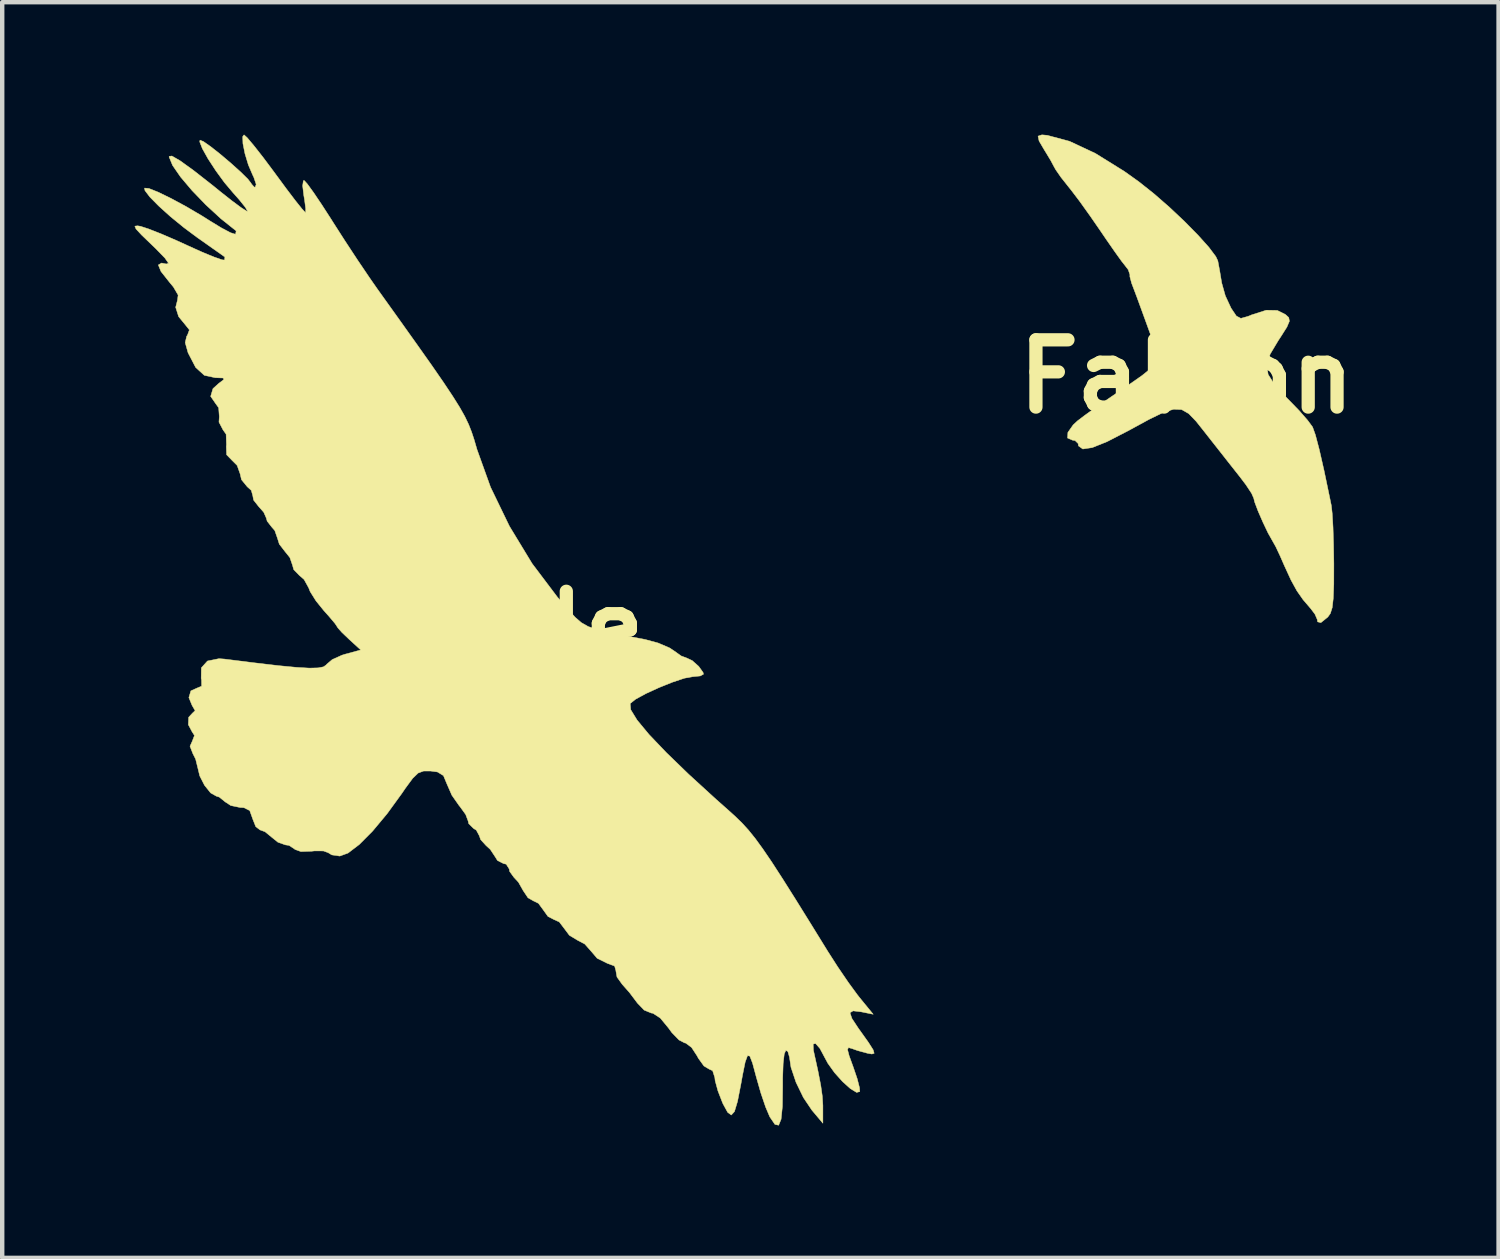
<source format=kicad_pcb>
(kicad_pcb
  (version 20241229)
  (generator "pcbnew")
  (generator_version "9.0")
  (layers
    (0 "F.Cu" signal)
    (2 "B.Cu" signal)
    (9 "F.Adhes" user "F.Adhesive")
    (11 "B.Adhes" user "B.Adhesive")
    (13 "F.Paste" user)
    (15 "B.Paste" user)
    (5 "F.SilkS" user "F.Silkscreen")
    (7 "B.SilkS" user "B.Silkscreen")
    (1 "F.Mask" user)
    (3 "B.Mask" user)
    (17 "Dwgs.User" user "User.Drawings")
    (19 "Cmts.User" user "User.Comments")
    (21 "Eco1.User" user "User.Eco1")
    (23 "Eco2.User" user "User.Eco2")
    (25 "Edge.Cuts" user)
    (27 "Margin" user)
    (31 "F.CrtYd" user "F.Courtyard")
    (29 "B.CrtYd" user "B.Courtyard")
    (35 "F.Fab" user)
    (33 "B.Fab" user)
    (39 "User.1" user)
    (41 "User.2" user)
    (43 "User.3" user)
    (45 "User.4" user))
  (footprint "Falcon"
    (layer "F.Cu")
    (at 23.832 5.484)
    (property "Reference" "Falcon" (at 0 0 0) (layer "F.SilkS") (effects (font (size 1.524 1.524) (thickness 0.3))))
    (attr through_hole)
    (fp_poly (pts (xy -3.154 -5.468) (xy -2.65 -5.333) (xy -2.066 -5.06) (xy -1.409 -4.652) (xy -1.076 -4.414) (xy -0.74 -4.147) (xy -0.388 -3.84) (xy -0.046 -3.518) (xy 0.261 -3.206) (xy 0.507 -2.932) (xy 0.665 -2.721) (xy 0.71 -2.625) (xy 0.754 -2.389) (xy 0.799 -2.118) (xy 0.8 -2.117) (xy 0.88 -1.832) (xy 1.009 -1.555) (xy 1.013 -1.548) (xy 1.13 -1.374) (xy 1.232 -1.321) (xy 1.393 -1.366) (xy 1.476 -1.4) (xy 1.807 -1.506) (xy 2.057 -1.501) (xy 2.24 -1.41) (xy 2.317 -1.34) (xy 2.332 -1.258) (xy 2.275 -1.124) (xy 2.134 -0.901) (xy 2.078 -0.816) (xy 1.896 -0.512) (xy 1.817 -0.27) (xy 1.85 -0.05) (xy 2 0.188) (xy 2.276 0.485) (xy 2.318 0.527) (xy 2.552 0.768) (xy 2.743 0.986) (xy 2.853 1.135) (xy 2.858 1.143) (xy 2.921 1.32) (xy 3.007 1.646) (xy 3.117 2.128) (xy 3.251 2.77) (xy 3.282 2.921) (xy 3.302 3.103) (xy 3.32 3.411) (xy 3.332 3.803) (xy 3.339 4.235) (xy 3.339 4.239) (xy 3.338 4.699) (xy 3.326 5.02) (xy 3.302 5.231) (xy 3.26 5.365) (xy 3.202 5.446) (xy 3.045 5.573) (xy 2.971 5.555) (xy 2.963 5.503) (xy 2.911 5.382) (xy 2.815 5.255) (xy 2.642 5.053) (xy 2.502 4.853) (xy 2.368 4.609) (xy 2.215 4.276) (xy 2.122 4.063) (xy 2.023 3.853) (xy 1.951 3.725) (xy 1.848 3.542) (xy 1.73 3.294) (xy 1.62 3.041) (xy 1.544 2.839) (xy 1.524 2.755) (xy 1.475 2.644) (xy 1.347 2.45) (xy 1.206 2.264) (xy 0.999 2.002) (xy 0.738 1.67) (xy 0.472 1.332) (xy 0.423 1.269) (xy 0.218 1.011) (xy 0.05 0.837) (xy -0.109 0.746) (xy -0.292 0.738) (xy -0.528 0.812) (xy -0.848 0.968) (xy -1.283 1.205) (xy -1.339 1.235) (xy -1.801 1.473) (xy -2.135 1.607) (xy -2.349 1.639) (xy -2.447 1.569) (xy -2.455 1.515) (xy -2.524 1.448) (xy -2.582 1.439) (xy -2.695 1.39) (xy -2.687 1.263) (xy -2.567 1.092) (xy -2.47 1.002) (xy -2.303 0.875) (xy -2.034 0.683) (xy -1.703 0.454) (xy -1.408 0.254) (xy -1.008 -0.025) (xy -0.752 -0.231) (xy -0.634 -0.37) (xy -0.626 -0.423) (xy -0.683 -0.586) (xy -0.778 -0.852) (xy -0.895 -1.175) (xy -1.017 -1.51) (xy -1.127 -1.811) (xy -1.21 -2.031) (xy -1.243 -2.117) (xy -1.283 -2.268) (xy -1.282 -2.312) (xy -1.32 -2.424) (xy -1.374 -2.494) (xy -1.466 -2.611) (xy -1.625 -2.832) (xy -1.825 -3.12) (xy -1.947 -3.3) (xy -2.182 -3.64) (xy -2.415 -3.966) (xy -2.61 -4.223) (xy -2.674 -4.303) (xy -2.842 -4.515) (xy -2.964 -4.691) (xy -2.992 -4.741) (xy -3.076 -4.898) (xy -3.202 -5.107) (xy -3.212 -5.122) (xy -3.34 -5.34) (xy -3.363 -5.45) (xy -3.275 -5.479) (xy -3.154 -5.468)) (stroke (width 0.01) (type solid)) (fill yes) (layer "F.SilkS")))
  (footprint "Eagle"
    (layer "F.Cu")
    (at 8.402 11.181)
    (property "Reference" "Eagle" (at 0 0 0) (layer "F.SilkS") (effects (font (size 1.524 1.524) (thickness 0.3))))
    (attr through_hole)
    (fp_poly (pts (xy -5.851 -11.111) (xy -5.702 -10.934) (xy -5.495 -10.671) (xy -5.252 -10.346) (xy -5.205 -10.282) (xy -4.962 -9.952) (xy -4.756 -9.681) (xy -4.606 -9.494) (xy -4.532 -9.415) (xy -4.528 -9.414) (xy -4.526 -9.505) (xy -4.552 -9.704) (xy -4.569 -9.804) (xy -4.595 -10.022) (xy -4.579 -10.136) (xy -4.56 -10.142) (xy -4.489 -10.064) (xy -4.349 -9.871) (xy -4.159 -9.589) (xy -3.939 -9.248) (xy -3.915 -9.209) (xy -3.644 -8.786) (xy -3.353 -8.343) (xy -3.081 -7.94) (xy -2.904 -7.686) (xy -2.404 -6.987) (xy -1.993 -6.41) (xy -1.66 -5.939) (xy -1.397 -5.558) (xy -1.193 -5.251) (xy -1.037 -5.002) (xy -0.921 -4.796) (xy -0.835 -4.616) (xy -0.768 -4.446) (xy -0.71 -4.271) (xy -0.653 -4.075) (xy -0.646 -4.05) (xy -0.337 -3.191) (xy 0.09 -2.309) (xy 0.605 -1.461) (xy 1.177 -0.703) (xy 1.235 -0.636) (xy 1.43 -0.41) (xy 1.581 -0.244) (xy 1.718 -0.125) (xy 1.872 -0.037) (xy 2.073 0.033) (xy 2.353 0.099) (xy 2.743 0.177) (xy 3.167 0.258) (xy 3.464 0.339) (xy 3.718 0.448) (xy 3.815 0.512) (xy 3.984 0.632) (xy 4.106 0.677) (xy 4.232 0.736) (xy 4.379 0.867) (xy 4.477 1.004) (xy 4.487 1.044) (xy 4.414 1.084) (xy 4.237 1.101) (xy 4.054 1.135) (xy 3.784 1.225) (xy 3.478 1.348) (xy 3.183 1.483) (xy 2.95 1.61) (xy 2.828 1.707) (xy 2.826 1.71) (xy 2.838 1.848) (xy 2.982 2.083) (xy 3.251 2.408) (xy 3.643 2.819) (xy 4.151 3.311) (xy 4.771 3.878) (xy 5.041 4.117) (xy 5.208 4.268) (xy 5.359 4.415) (xy 5.505 4.575) (xy 5.659 4.766) (xy 5.832 5.004) (xy 6.037 5.305) (xy 6.284 5.687) (xy 6.586 6.166) (xy 6.955 6.76) (xy 7.303 7.324) (xy 7.53 7.678) (xy 7.768 8.027) (xy 7.974 8.309) (xy 8.026 8.375) (xy 8.332 8.749) (xy 8.06 8.694) (xy 7.876 8.672) (xy 7.806 8.715) (xy 7.849 8.844) (xy 8.004 9.079) (xy 8.027 9.11) (xy 8.225 9.388) (xy 8.331 9.555) (xy 8.354 9.634) (xy 8.302 9.65) (xy 8.204 9.633) (xy 7.977 9.571) (xy 7.85 9.526) (xy 7.772 9.504) (xy 7.75 9.548) (xy 7.787 9.69) (xy 7.878 9.94) (xy 7.969 10.208) (xy 8.022 10.415) (xy 8.028 10.501) (xy 7.956 10.52) (xy 7.815 10.434) (xy 7.638 10.275) (xy 7.457 10.073) (xy 7.305 9.861) (xy 7.242 9.744) (xy 7.124 9.523) (xy 7.027 9.412) (xy 6.972 9.423) (xy 6.978 9.567) (xy 6.983 9.588) (xy 7.081 10.035) (xy 7.144 10.36) (xy 7.179 10.606) (xy 7.192 10.814) (xy 7.192 10.88) (xy 7.192 11.218) (xy 6.943 10.922) (xy 6.751 10.637) (xy 6.583 10.29) (xy 6.469 9.95) (xy 6.435 9.722) (xy 6.398 9.592) (xy 6.353 9.567) (xy 6.317 9.647) (xy 6.292 9.865) (xy 6.281 10.19) (xy 6.281 10.377) (xy 6.275 10.834) (xy 6.245 11.128) (xy 6.19 11.263) (xy 6.106 11.245) (xy 5.992 11.078) (xy 5.987 11.069) (xy 5.894 10.85) (xy 5.786 10.532) (xy 5.686 10.182) (xy 5.68 10.16) (xy 5.598 9.856) (xy 5.536 9.696) (xy 5.485 9.686) (xy 5.432 9.83) (xy 5.37 10.135) (xy 5.334 10.335) (xy 5.258 10.723) (xy 5.189 10.953) (xy 5.117 11.032) (xy 5.035 10.972) (xy 4.93 10.78) (xy 4.917 10.751) (xy 4.814 10.485) (xy 4.751 10.254) (xy 4.743 10.181) (xy 4.693 10.027) (xy 4.613 9.991) (xy 4.497 9.921) (xy 4.371 9.747) (xy 4.343 9.694) (xy 4.217 9.501) (xy 4.084 9.402) (xy 4.06 9.398) (xy 3.932 9.332) (xy 3.77 9.165) (xy 3.693 9.059) (xy 3.509 8.836) (xy 3.341 8.726) (xy 3.303 8.721) (xy 3.143 8.655) (xy 2.989 8.495) (xy 2.987 8.492) (xy 2.81 8.257) (xy 2.647 8.073) (xy 2.527 7.906) (xy 2.502 7.766) (xy 2.503 7.763) (xy 2.473 7.657) (xy 2.308 7.595) (xy 2.078 7.481) (xy 1.954 7.336) (xy 1.798 7.159) (xy 1.637 7.074) (xy 1.448 6.96) (xy 1.338 6.813) (xy 1.22 6.658) (xy 1.101 6.604) (xy 0.964 6.534) (xy 0.862 6.392) (xy 0.748 6.236) (xy 0.635 6.181) (xy 0.511 6.111) (xy 0.402 5.948) (xy 0.294 5.757) (xy 0.192 5.647) (xy 0.094 5.512) (xy 0.085 5.457) (xy 0.017 5.349) (xy -0.045 5.334) (xy -0.181 5.265) (xy -0.23 5.186) (xy -0.343 5.015) (xy -0.439 4.927) (xy -0.562 4.792) (xy -0.593 4.703) (xy -0.661 4.577) (xy -0.72 4.541) (xy -0.832 4.431) (xy -0.847 4.367) (xy -0.901 4.223) (xy -1.032 4.042) (xy -1.046 4.027) (xy -1.214 3.787) (xy -1.324 3.536) (xy -1.405 3.342) (xy -1.542 3.259) (xy -1.696 3.238) (xy -1.854 3.238) (xy -1.977 3.283) (xy -2.102 3.403) (xy -2.267 3.627) (xy -2.348 3.746) (xy -2.683 4.207) (xy -3.01 4.599) (xy -3.311 4.902) (xy -3.567 5.097) (xy -3.754 5.165) (xy -3.935 5.138) (xy -4.017 5.088) (xy -4.123 5.049) (xy -4.328 5.048) (xy -4.392 5.055) (xy -4.634 5.063) (xy -4.771 5.014) (xy -4.778 5.005) (xy -4.904 4.923) (xy -4.987 4.911) (xy -5.156 4.851) (xy -5.292 4.741) (xy -5.447 4.614) (xy -5.561 4.572) (xy -5.657 4.499) (xy -5.727 4.322) (xy -5.728 4.318) (xy -5.794 4.134) (xy -5.926 4.068) (xy -6.012 4.064) (xy -6.223 4.02) (xy -6.35 3.937) (xy -6.483 3.829) (xy -6.551 3.807) (xy -6.68 3.734) (xy -6.819 3.56) (xy -6.927 3.348) (xy -6.964 3.194) (xy -7.02 2.967) (xy -7.083 2.842) (xy -7.147 2.677) (xy -7.096 2.563) (xy -7.046 2.432) (xy -7.099 2.35) (xy -7.185 2.188) (xy -7.178 2.02) (xy -7.091 1.926) (xy -7.031 1.869) (xy -7.1 1.751) (xy -7.1 1.751) (xy -7.173 1.574) (xy -7.127 1.421) (xy -6.982 1.355) (xy -6.978 1.355) (xy -6.884 1.315) (xy -6.886 1.172) (xy -6.894 1.139) (xy -6.89 0.899) (xy -6.751 0.745) (xy -6.491 0.692) (xy -6.369 0.701) (xy -5.681 0.787) (xy -5.144 0.85) (xy -4.737 0.889) (xy -4.443 0.906) (xy -4.245 0.901) (xy -4.122 0.877) (xy -4.059 0.832) (xy -4.051 0.82) (xy -3.925 0.713) (xy -3.704 0.613) (xy -3.626 0.589) (xy -3.278 0.495) (xy -3.544 0.252) (xy -3.708 0.095) (xy -3.801 -0.01) (xy -3.81 -0.027) (xy -3.862 -0.105) (xy -3.996 -0.264) (xy -4.11 -0.391) (xy -4.293 -0.617) (xy -4.425 -0.828) (xy -4.458 -0.912) (xy -4.563 -1.102) (xy -4.666 -1.191) (xy -4.797 -1.325) (xy -4.826 -1.429) (xy -4.885 -1.599) (xy -4.995 -1.736) (xy -5.124 -1.903) (xy -5.165 -2.035) (xy -5.226 -2.21) (xy -5.292 -2.286) (xy -5.399 -2.423) (xy -5.419 -2.495) (xy -5.476 -2.624) (xy -5.591 -2.754) (xy -5.706 -2.9) (xy -5.726 -3.006) (xy -5.759 -3.121) (xy -5.85 -3.203) (xy -5.981 -3.363) (xy -6.011 -3.494) (xy -6.079 -3.685) (xy -6.19 -3.796) (xy -6.318 -3.928) (xy -6.325 -4.124) (xy -6.321 -4.148) (xy -6.329 -4.393) (xy -6.401 -4.495) (xy -6.491 -4.668) (xy -6.483 -4.789) (xy -6.498 -4.993) (xy -6.562 -5.081) (xy -6.679 -5.251) (xy -6.627 -5.426) (xy -6.5 -5.541) (xy -6.379 -5.633) (xy -6.395 -5.667) (xy -6.564 -5.673) (xy -6.572 -5.673) (xy -6.822 -5.727) (xy -7.019 -5.906) (xy -7.188 -6.232) (xy -7.193 -6.244) (xy -7.256 -6.469) (xy -7.222 -6.614) (xy -7.206 -6.635) (xy -7.161 -6.757) (xy -7.247 -6.865) (xy -7.405 -7.058) (xy -7.472 -7.269) (xy -7.431 -7.429) (xy -7.416 -7.546) (xy -7.523 -7.729) (xy -7.61 -7.834) (xy -7.805 -8.081) (xy -7.865 -8.228) (xy -7.791 -8.272) (xy -7.684 -8.25) (xy -7.634 -8.267) (xy -7.716 -8.385) (xy -7.93 -8.605) (xy -8.001 -8.673) (xy -8.243 -8.906) (xy -8.371 -9.044) (xy -8.397 -9.107) (xy -8.334 -9.115) (xy -8.266 -9.103) (xy -8.087 -9.045) (xy -7.802 -8.933) (xy -7.454 -8.783) (xy -7.215 -8.674) (xy -6.879 -8.522) (xy -6.603 -8.408) (xy -6.421 -8.345) (xy -6.365 -8.339) (xy -6.357 -8.408) (xy -6.357 -8.408) (xy -6.438 -8.466) (xy -6.623 -8.596) (xy -6.876 -8.775) (xy -6.967 -8.838) (xy -7.285 -9.075) (xy -7.59 -9.324) (xy -7.856 -9.564) (xy -8.057 -9.768) (xy -8.168 -9.914) (xy -8.177 -9.97) (xy -8.077 -9.961) (xy -7.866 -9.877) (xy -7.575 -9.735) (xy -7.234 -9.551) (xy -6.877 -9.341) (xy -6.693 -9.225) (xy -6.432 -9.066) (xy -6.229 -8.959) (xy -6.121 -8.925) (xy -6.115 -8.928) (xy -6.101 -8.999) (xy -6.103 -9.001) (xy -6.447 -9.276) (xy -6.788 -9.59) (xy -7.101 -9.915) (xy -7.361 -10.222) (xy -7.542 -10.484) (xy -7.619 -10.671) (xy -7.62 -10.688) (xy -7.558 -10.697) (xy -7.374 -10.591) (xy -7.066 -10.369) (xy -6.637 -10.033) (xy -6.456 -9.886) (xy -6.191 -9.677) (xy -5.984 -9.524) (xy -5.862 -9.447) (xy -5.842 -9.446) (xy -5.895 -9.536) (xy -6.032 -9.707) (xy -6.168 -9.86) (xy -6.366 -10.095) (xy -6.564 -10.366) (xy -6.739 -10.635) (xy -6.867 -10.864) (xy -6.927 -11.018) (xy -6.921 -11.056) (xy -6.843 -11.025) (xy -6.677 -10.908) (xy -6.458 -10.735) (xy -6.222 -10.535) (xy -6.003 -10.338) (xy -5.837 -10.175) (xy -5.759 -10.074) (xy -5.757 -10.065) (xy -5.692 -9.993) (xy -5.67 -9.991) (xy -5.648 -10.055) (xy -5.702 -10.215) (xy -5.727 -10.266) (xy -5.825 -10.495) (xy -5.902 -10.749) (xy -5.948 -10.979) (xy -5.953 -11.136) (xy -5.923 -11.176) (xy -5.851 -11.111)) (stroke (width 0.01) (type solid)) (fill yes) (layer "F.SilkS")))
  (gr_rect
    (start -3 -3)
    (end 30.903 25.449)
    (stroke (width 0.1) (type default))
    (fill no)
    (layer "Edge.Cuts")))
</source>
